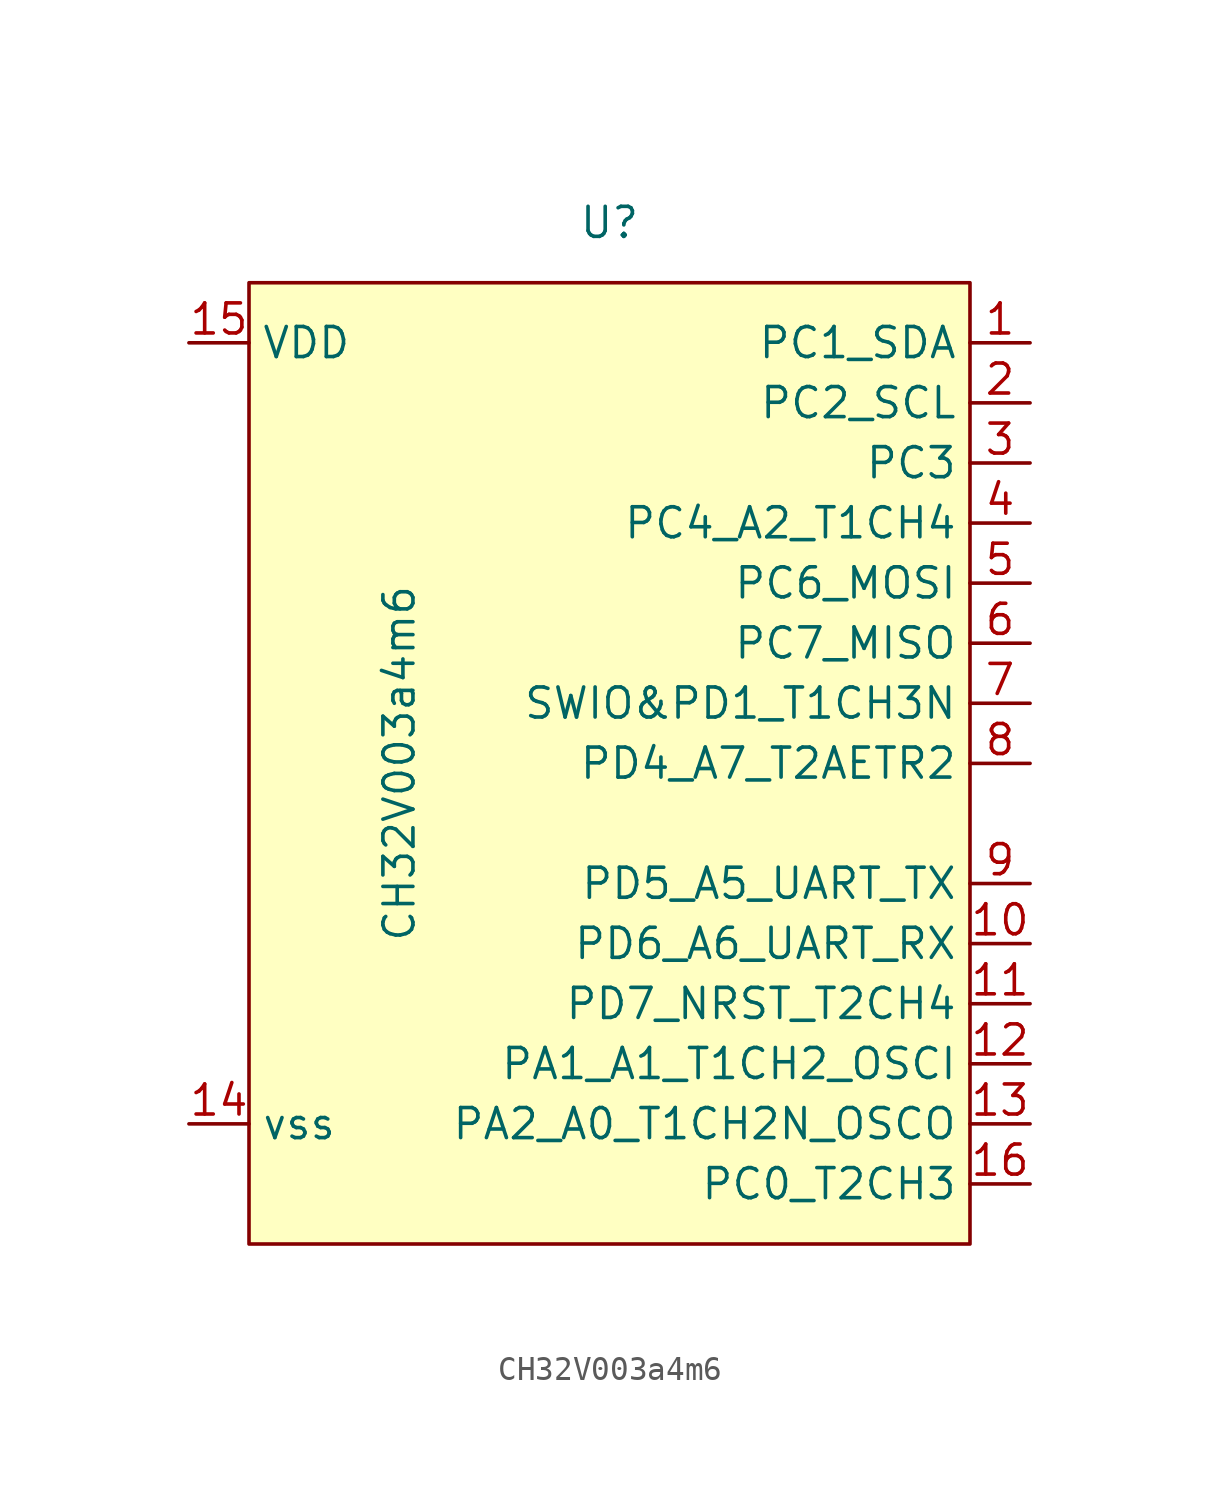
<source format=kicad_sym>
(kicad_symbol_lib
  (version 20220914)
  (generator kicad_symbol_editor)
  (symbol "CH32V003a4m6"
    (property "Reference" "U"
      (at 0 20.32 0)
      (effects (font (size 1.27 1.27))))
    (property "Value" "CH32V003a4m6"
      (at -8.89 -2.54 90)
      (effects (font (size 1.27 1.27))))
    (symbol "CH32V003a4m6_1_1"
      (rectangle (start -15.24 17.78) (end 15.24 -22.86) (stroke (width 0) (type default)) (fill (type background)))
      (pin bidirectional line (at 17.78 15.24 180) (length 2.54) (name "PC1_SDA" (effects (font (size 1.27 1.27)))) (number "1" (effects (font (size 1.27 1.27)))))
      (pin bidirectional line (at 17.78 -10.16 180) (length 2.54) (name "PD6_A6_UART_RX" (effects (font (size 1.27 1.27)))) (number "10" (effects (font (size 1.27 1.27)))))
      (pin bidirectional line (at 17.78 -12.7 180) (length 2.54) (name "PD7_NRST_T2CH4" (effects (font (size 1.27 1.27)))) (number "11" (effects (font (size 1.27 1.27)))))
      (pin bidirectional line (at 17.78 -15.24 180) (length 2.54) (name "PA1_A1_T1CH2_OSCI" (effects (font (size 1.27 1.27)))) (number "12" (effects (font (size 1.27 1.27)))))
      (pin bidirectional line (at 17.78 -17.78 180) (length 2.54) (name "PA2_A0_T1CH2N_OSCO" (effects (font (size 1.27 1.27)))) (number "13" (effects (font (size 1.27 1.27)))))
      (pin power_in line (at -17.78 -17.78 0) (length 2.54) (name "vss" (effects (font (size 1.27 1.27)))) (number "14" (effects (font (size 1.27 1.27)))))
      (pin power_in line (at -17.78 15.24 0) (length 2.54) (name "VDD" (effects (font (size 1.27 1.27)))) (number "15" (effects (font (size 1.27 1.27)))))
      (pin bidirectional line (at 17.78 -20.32 180) (length 2.54) (name "PC0_T2CH3" (effects (font (size 1.27 1.27)))) (number "16" (effects (font (size 1.27 1.27)))))
      (pin bidirectional line (at 17.78 12.7 180) (length 2.54) (name "PC2_SCL" (effects (font (size 1.27 1.27)))) (number "2" (effects (font (size 1.27 1.27)))))
      (pin bidirectional line (at 17.78 10.16 180) (length 2.54) (name "PC3" (effects (font (size 1.27 1.27)))) (number "3" (effects (font (size 1.27 1.27)))))
      (pin bidirectional line (at 17.78 7.62 180) (length 2.54) (name "PC4_A2_T1CH4" (effects (font (size 1.27 1.27)))) (number "4" (effects (font (size 1.27 1.27)))))
      (pin bidirectional line (at 17.78 5.08 180) (length 2.54) (name "PC6_MOSI" (effects (font (size 1.27 1.27)))) (number "5" (effects (font (size 1.27 1.27)))))
      (pin bidirectional line (at 17.78 2.54 180) (length 2.54) (name "PC7_MISO" (effects (font (size 1.27 1.27)))) (number "6" (effects (font (size 1.27 1.27)))))
      (pin bidirectional line (at 17.78 0 180) (length 2.54) (name "SWIO&PD1_T1CH3N" (effects (font (size 1.27 1.27)))) (number "7" (effects (font (size 1.27 1.27)))))
      (pin bidirectional line (at 17.78 -2.54 180) (length 2.54) (name "PD4_A7_T2AETR2" (effects (font (size 1.27 1.27)))) (number "8" (effects (font (size 1.27 1.27)))))
      (pin bidirectional line (at 17.78 -7.62 180) (length 2.54) (name "PD5_A5_UART_TX" (effects (font (size 1.27 1.27)))) (number "9" (effects (font (size 1.27 1.27))))))))
</source>
